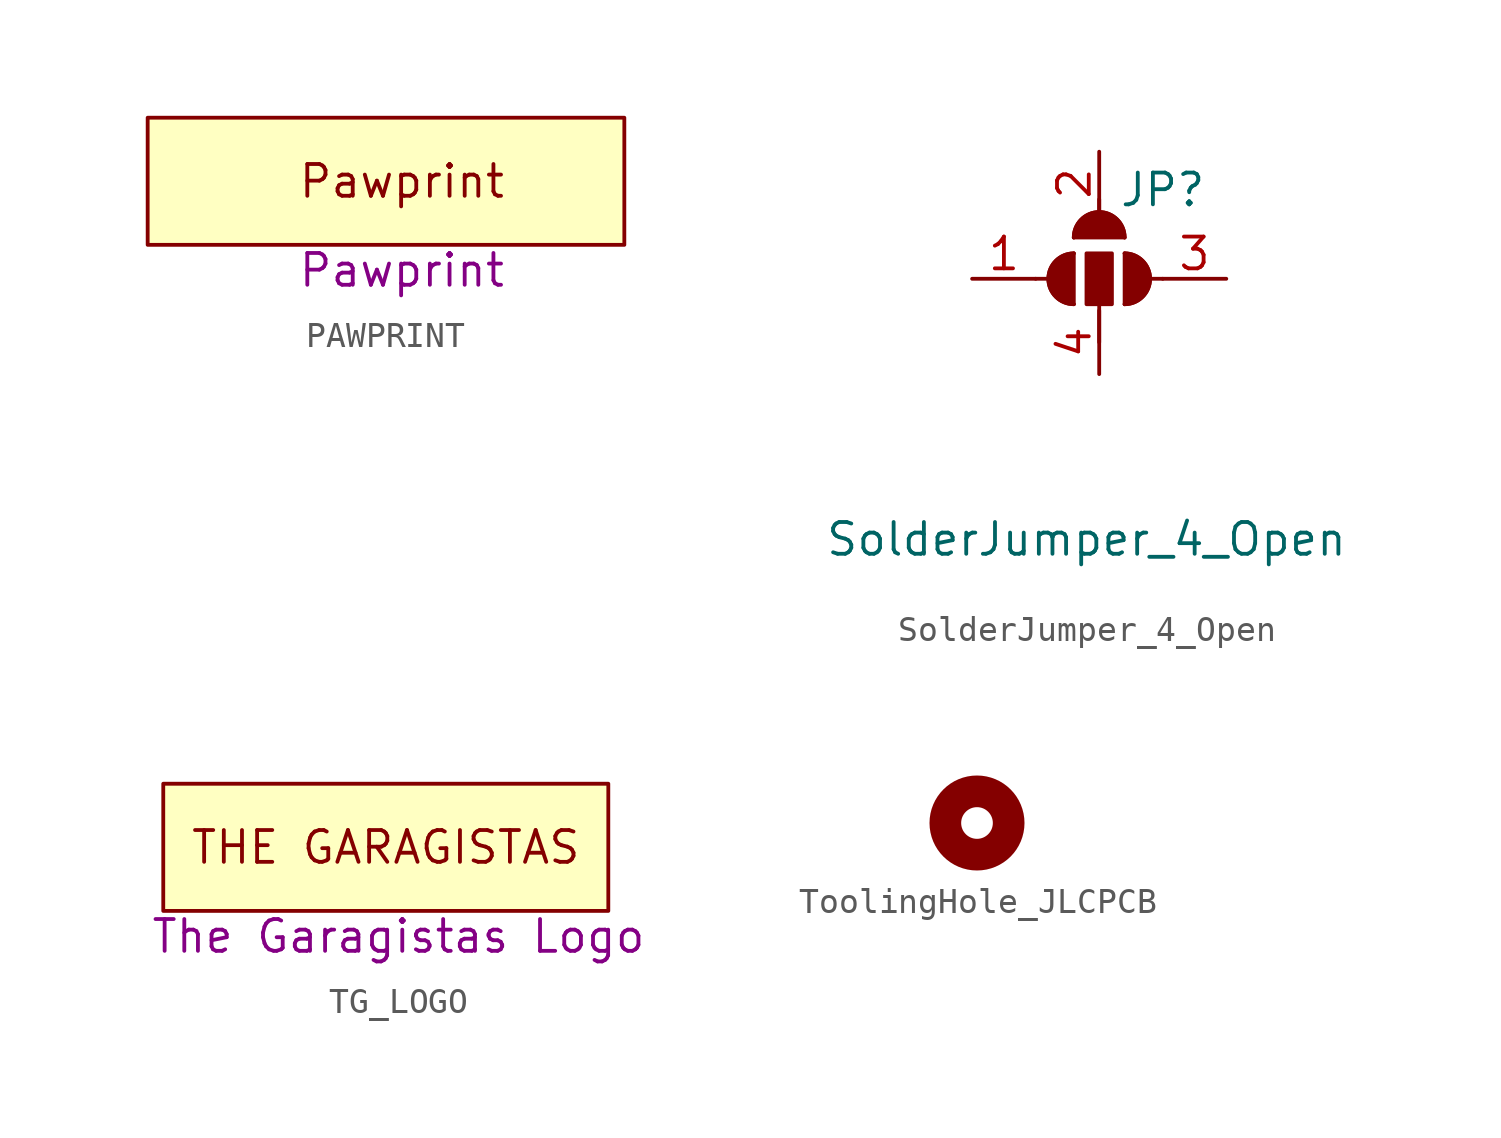
<source format=kicad_sym>
(kicad_symbol_lib
  (version 20231120)
  (generator "kicad_symbol_editor")
  (generator_version "8.0")
  (symbol "PAWPRINT"
    (property "Reference" "PP"
      (at 0 3.556 0)
      (effects (font (size 1.27 1.27)) (hide yes)))
    (property "Description" "Pawprint"
      (at 0 -3.556 0)
      (effects (font (size 1.27 1.27))))
    (symbol "PAWPRINT_1_1"
      (rectangle (start -10.16 2.54) (end 8.89 -2.54) (stroke (width 0) (type default)) (fill (type background)))
      (text "Pawprint" (at 0 0 0) (effects (font (size 1.27 1.27))))))
  (symbol "SolderJumper_4_Open"
    (pin_names
      (offset 0) hide)
    (property "Reference" "JP"
      (at 2.54 3.556 0)
      (effects (font (size 1.27 1.27))))
    (property "Value" "SolderJumper_4_Open"
      (at -0.508 -10.414 0)
      (effects (font (size 1.27 1.27))))
    (symbol "SolderJumper_4_Open_0_1"
      (arc (start -1.016 1.016) (mid -2.0276 0) (end -1.016 -1.016) (stroke (width 0) (type default)) (fill (type none)))
      (arc (start -1.016 1.016) (mid -2.0276 0) (end -1.016 -1.016) (stroke (width 0) (type default)) (fill (type outline)))
      (rectangle (start -0.508 1.016) (end 0.508 -1.016) (stroke (width 0) (type default)) (fill (type outline)))
      (polyline (pts (xy -2.54 0) (xy -2.032 0)) (stroke (width 0) (type default)) (fill (type none)))
      (polyline (pts (xy -1.016 1.016) (xy -1.016 -1.016)) (stroke (width 0) (type default)) (fill (type none)))
      (polyline (pts (xy -1.016 1.651) (xy 1.016 1.651)) (stroke (width 0) (type default)) (fill (type none)))
      (polyline (pts (xy 0 -2.54) (xy 0 -1.016)) (stroke (width 0) (type default)) (fill (type none)))
      (polyline (pts (xy 0 3.175) (xy 0 2.667)) (stroke (width 0) (type default)) (fill (type none)))
      (polyline (pts (xy 1.016 1.016) (xy 1.016 -1.016)) (stroke (width 0) (type default)) (fill (type none)))
      (polyline (pts (xy 2.54 0) (xy 2.032 0)) (stroke (width 0) (type default)) (fill (type none)))
      (arc (start 1.016 -1.016) (mid 2.0276 0) (end 1.016 1.016) (stroke (width 0) (type default)) (fill (type none)))
      (arc (start 1.016 -1.016) (mid 2.0276 0) (end 1.016 1.016) (stroke (width 0) (type default)) (fill (type outline)))
      (arc (start 1.016 1.651) (mid 0 2.6626) (end -1.016 1.651) (stroke (width 0) (type default)) (fill (type none)))
      (arc (start 1.016 1.651) (mid 0 2.6626) (end -1.016 1.651) (stroke (width 0) (type default)) (fill (type outline))))
    (symbol "SolderJumper_4_Open_1_1"
      (pin passive line (at -5.08 0 0) (length 2.54) (name "A" (effects (font (size 1.27 1.27)))) (number "1" (effects (font (size 1.27 1.27)))))
      (pin passive line (at 0 5.08 270) (length 2.54) (name "B" (effects (font (size 1.27 1.27)))) (number "2" (effects (font (size 1.27 1.27)))))
      (pin passive line (at 5.08 0 180) (length 2.54) (name "C" (effects (font (size 1.27 1.27)))) (number "3" (effects (font (size 1.27 1.27)))))
      (pin passive line (at 0 -3.81 90) (length 2.54) (name "D" (effects (font (size 1.27 1.27)))) (number "4" (effects (font (size 1.27 1.27)))))))
  (symbol "TG_LOGO"
    (property "Reference" "#SYM"
      (at -0.254 3.556 0)
      (effects (font (size 1.27 1.27)) (hide yes)))
    (property "Description" "The Garagistas Logo"
      (at 0.508 -3.556 0)
      (effects (font (size 1.27 1.27))))
    (symbol "TG_LOGO_1_1"
      (rectangle (start -8.89 2.54) (end 8.89 -2.54) (stroke (width 0) (type default)) (fill (type background)))
      (text "THE GARAGISTAS" (at 0 0 0) (effects (font (size 1.27 1.27))))))
  (symbol "ToolingHole_JLCPCB"
    (pin_names
      (offset 1.016))
    (property "Reference" "TH"
      (at 0 5.08 0)
      (effects (font (size 1.27 1.27)) (hide yes)))
    (symbol "ToolingHole_JLCPCB_0_1"
      (circle (center 0 0) (radius 1.27) (stroke (width 1.27) (type default)) (fill (type none))))))
</source>
